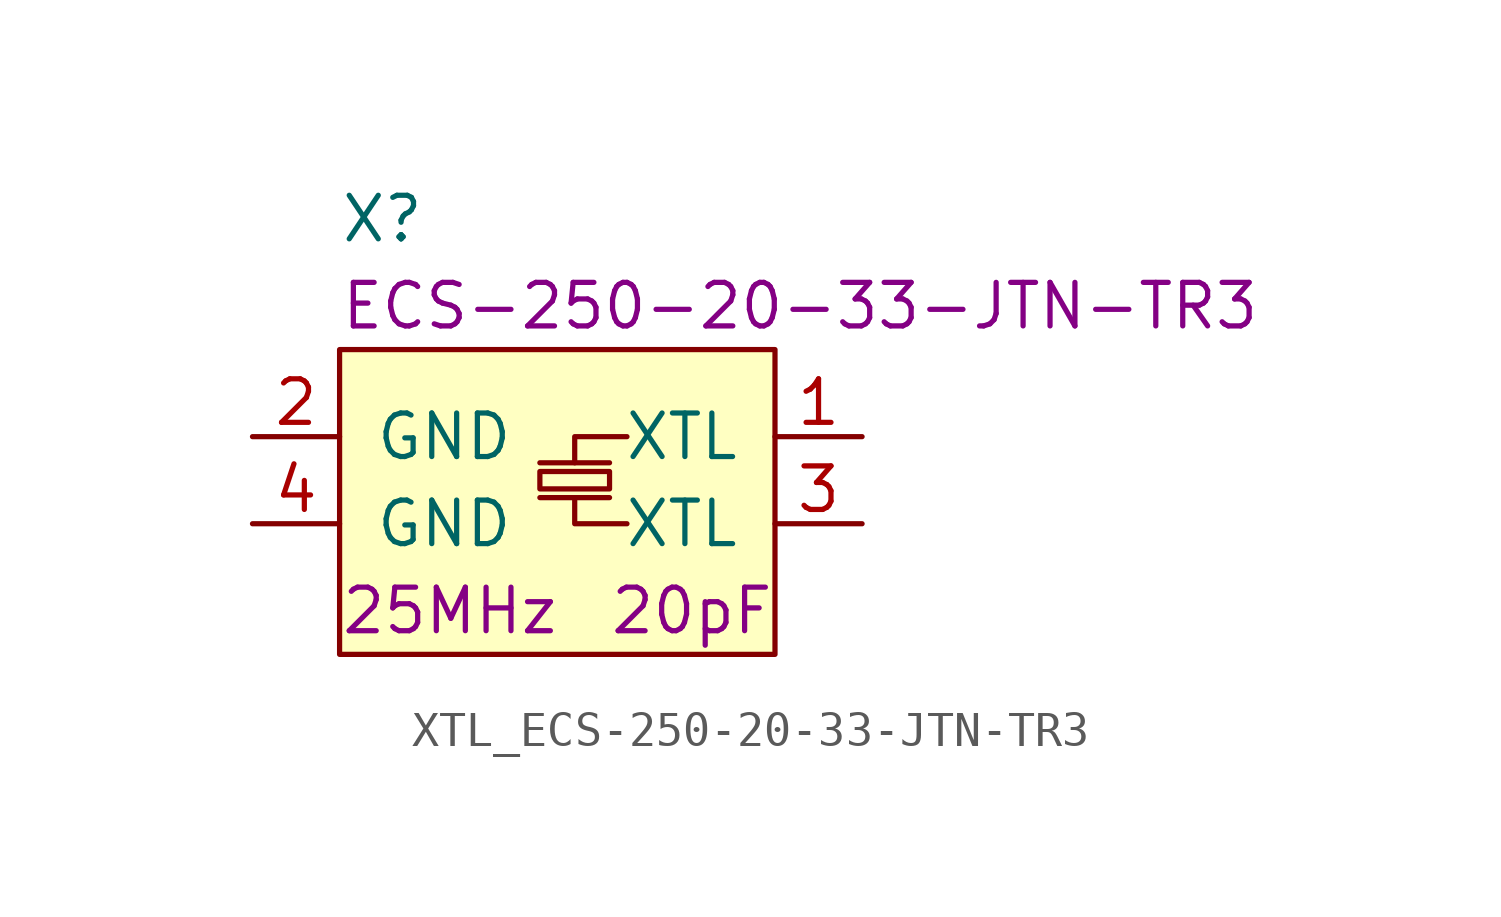
<source format=kicad_sym>
(kicad_symbol_lib
  (version 20211014)
  (generator kicad_symbol_editor)
  (symbol "XTL_ECS-250-20-33-JTN-TR3"
    (pin_names
      (offset 1.016))
    (property "Reference" "X"
      (at 0 3.81 0)
      (effects (font (size 1.27 1.27)) (justify left)))
    (property "Manufacturer Part Number" "ECS-250-20-33-JTN-TR3"
      (at 0 1.27 0)
      (effects (font (size 1.27 1.27)) (justify left)))
    (property "Note" "20pF"
      (at 12.7 -7.62 0)
      (effects (font (size 1.27 1.27)) (justify right)))
    (property "Property" "25MHz"
      (at 0 -7.62 0)
      (effects (font (size 1.27 1.27)) (justify left)))
    (symbol "XTL_ECS-250-20-33-JTN-TR3_0_1"
      (polyline (pts (xy 5.842 -4.318) (xy 7.874 -4.318)) (stroke (width 0) (type default) (color 0 0 0 0)) (fill (type none)))
      (polyline (pts (xy 7.874 -3.302) (xy 5.842 -3.302)) (stroke (width 0) (type default) (color 0 0 0 0)) (fill (type none)))
      (polyline (pts (xy 6.858 -3.302) (xy 6.858 -2.54) (xy 8.382 -2.54)) (stroke (width 0) (type default) (color 0 0 0 0)) (fill (type none)))
      (polyline (pts (xy 8.382 -5.08) (xy 6.858 -5.08) (xy 6.858 -4.318)) (stroke (width 0) (type default) (color 0 0 0 0)) (fill (type none)))
      (polyline (pts (xy 7.874 -4.064) (xy 5.842 -4.064) (xy 5.842 -3.556) (xy 7.874 -3.556) (xy 7.874 -4.064)) (stroke (width 0) (type default) (color 0 0 0 0)) (fill (type none)))
      (rectangle (start 0 0) (end 12.7 -8.89) (stroke (width 0) (type default) (color 0 0 0 0)) (fill (type background))))
    (symbol "XTL_ECS-250-20-33-JTN-TR3_1_1"
      (pin passive line (at 15.24 -2.54 180) (length 2.54) (name "XTL" (effects (font (size 1.27 1.27)))) (number "1" (effects (font (size 1.27 1.27)))))
      (pin passive line (at -2.54 -2.54 0) (length 2.54) (name "GND" (effects (font (size 1.27 1.27)))) (number "2" (effects (font (size 1.27 1.27)))))
      (pin passive line (at 15.24 -5.08 180) (length 2.54) (name "XTL" (effects (font (size 1.27 1.27)))) (number "3" (effects (font (size 1.27 1.27)))))
      (pin passive line (at -2.54 -5.08 0) (length 2.54) (name "GND" (effects (font (size 1.27 1.27)))) (number "4" (effects (font (size 1.27 1.27))))))))
</source>
